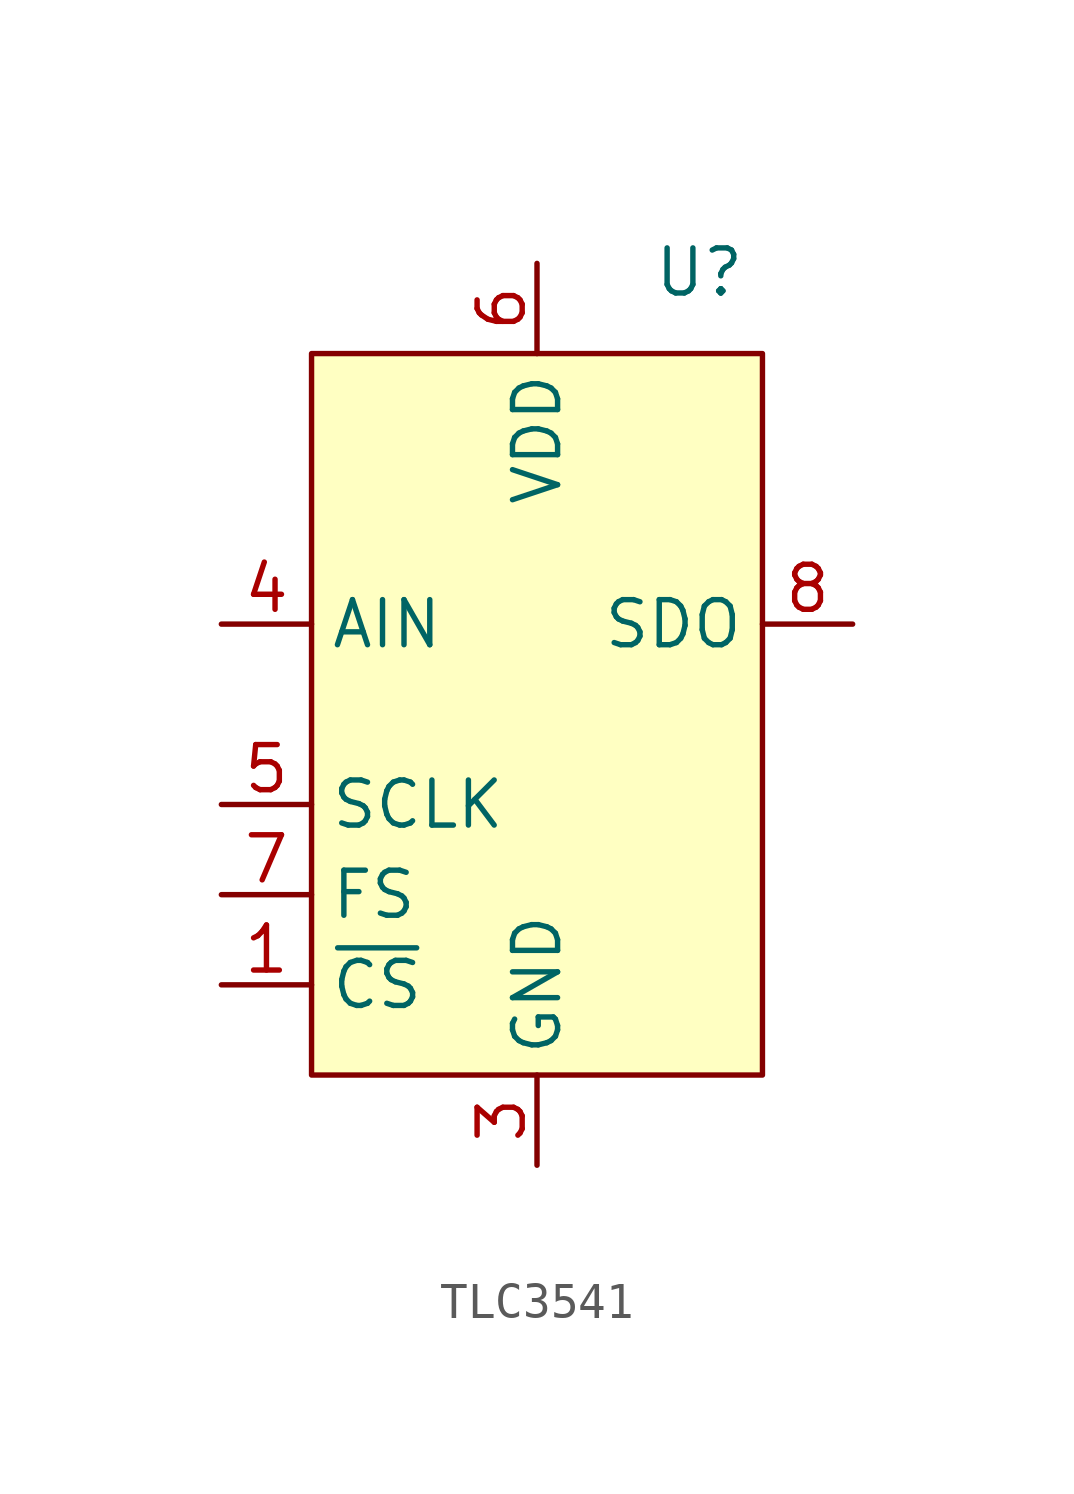
<source format=kicad_sym>
(kicad_symbol_lib
  (version 20241209)
  (generator "kicad_symbol_editor")
  (generator_version "9.0")
  (symbol "TLC3541"
    (property "Reference" "U"
      (at 10.922 9.906 0)
      (effects (font (size 1.27 1.27))))
    (property "Value" ""
      (at 0 0 0)
      (effects (font (size 1.27 1.27))))
    (symbol "TLC3541_1_1"
      (rectangle (start 0 7.62) (end 12.7 -12.7) (stroke (width 0) (type solid)) (fill (type background)))
      (pin input line (at -2.54 0 0) (length 2.54) (name "AIN" (effects (font (size 1.27 1.27)))) (number "4" (effects (font (size 1.27 1.27)))))
      (pin input line (at -2.54 -5.08 0) (length 2.54) (name "SCLK" (effects (font (size 1.27 1.27)))) (number "5" (effects (font (size 1.27 1.27)))))
      (pin input line (at -2.54 -7.62 0) (length 2.54) (name "FS" (effects (font (size 1.27 1.27)))) (number "7" (effects (font (size 1.27 1.27)))))
      (pin input line (at -2.54 -10.16 0) (length 2.54) (name "~{CS}" (effects (font (size 1.27 1.27)))) (number "1" (effects (font (size 1.27 1.27)))))
      (pin power_in line (at 6.35 10.16 270) (length 2.54) (name "VDD" (effects (font (size 1.27 1.27)))) (number "6" (effects (font (size 1.27 1.27)))))
      (pin power_out line (at 6.35 -15.24 90) (length 2.54) (name "GND" (effects (font (size 1.27 1.27)))) (number "3" (effects (font (size 1.27 1.27)))))
      (pin output line (at 15.24 0 180) (length 2.54) (name "SDO" (effects (font (size 1.27 1.27)))) (number "8" (effects (font (size 1.27 1.27))))))))
</source>
